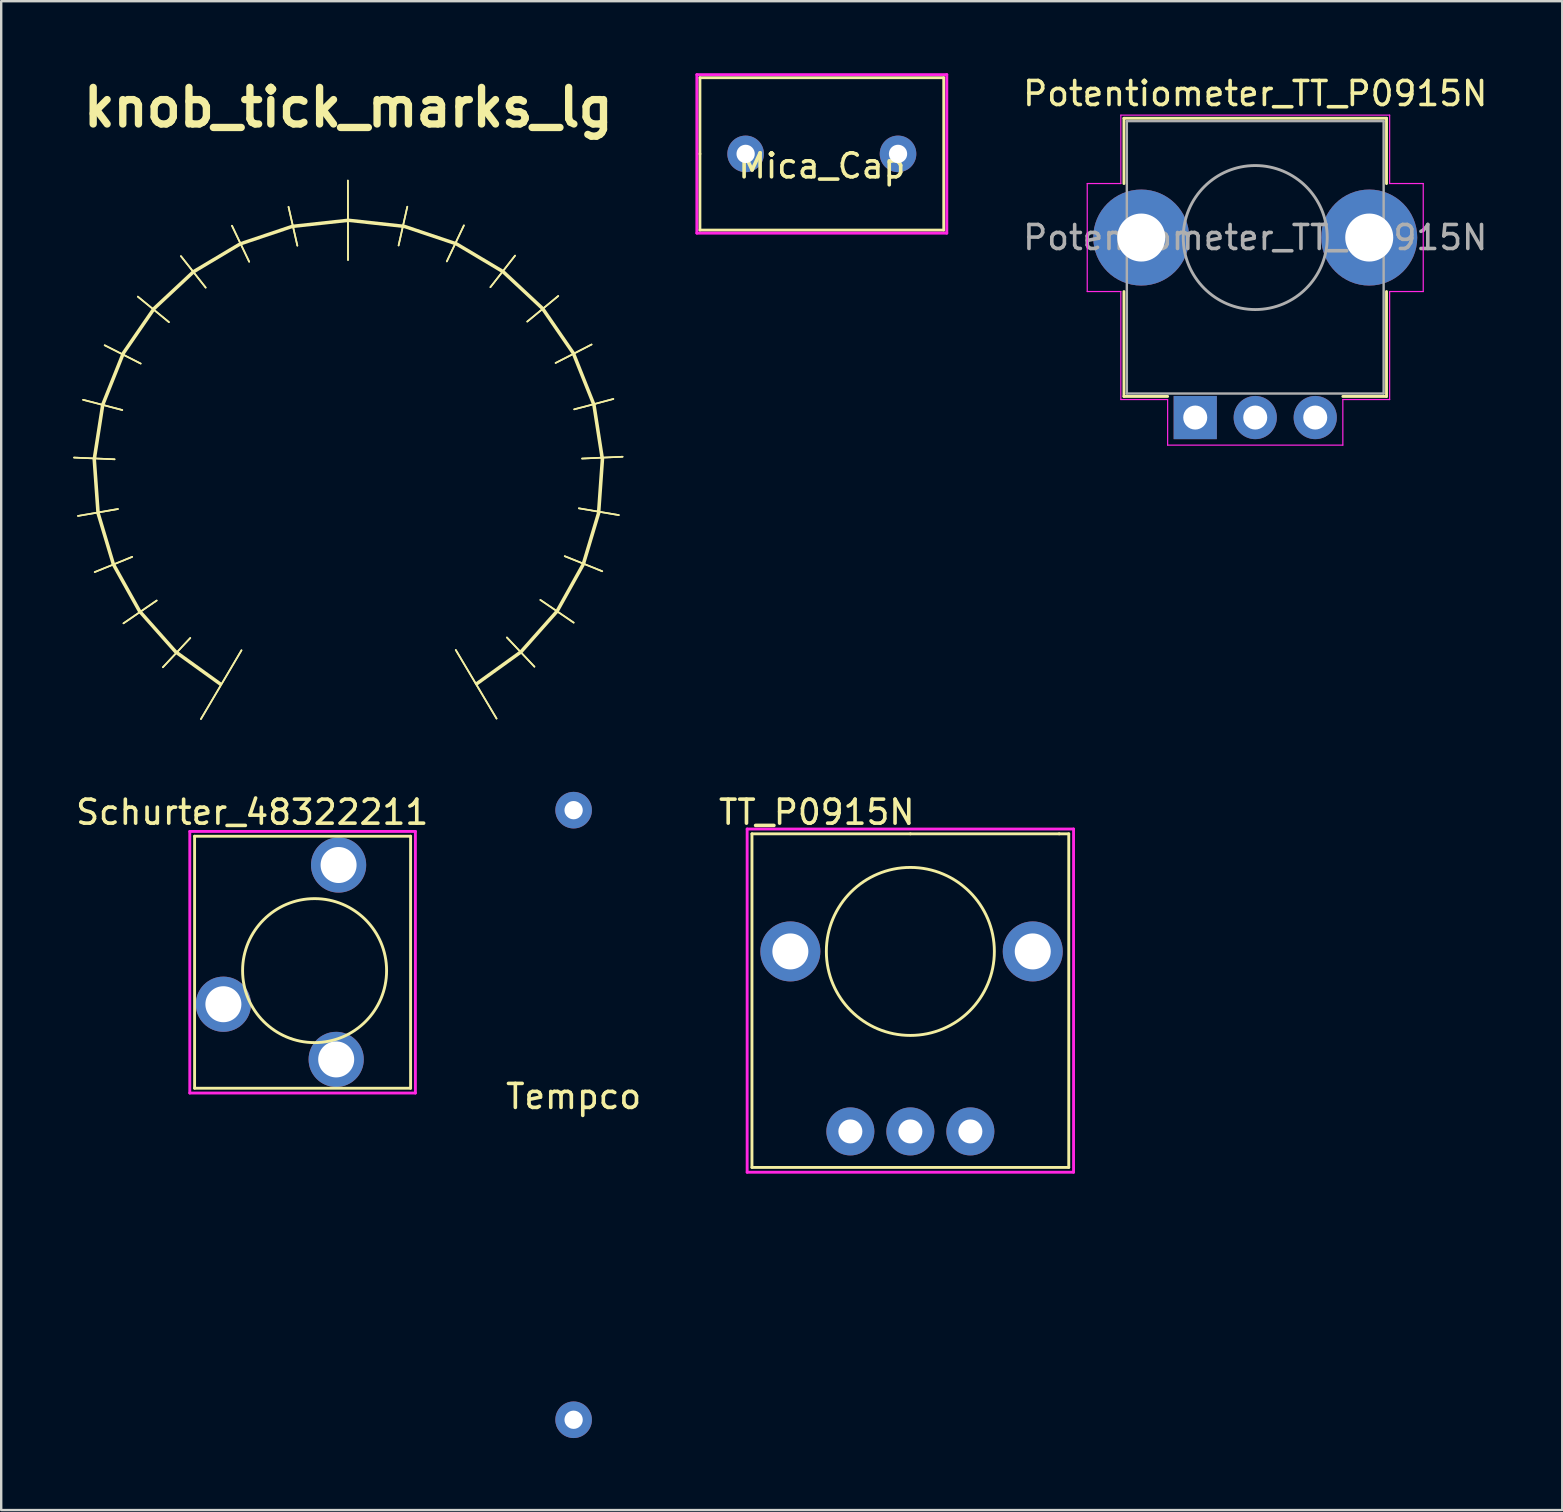
<source format=kicad_pcb>
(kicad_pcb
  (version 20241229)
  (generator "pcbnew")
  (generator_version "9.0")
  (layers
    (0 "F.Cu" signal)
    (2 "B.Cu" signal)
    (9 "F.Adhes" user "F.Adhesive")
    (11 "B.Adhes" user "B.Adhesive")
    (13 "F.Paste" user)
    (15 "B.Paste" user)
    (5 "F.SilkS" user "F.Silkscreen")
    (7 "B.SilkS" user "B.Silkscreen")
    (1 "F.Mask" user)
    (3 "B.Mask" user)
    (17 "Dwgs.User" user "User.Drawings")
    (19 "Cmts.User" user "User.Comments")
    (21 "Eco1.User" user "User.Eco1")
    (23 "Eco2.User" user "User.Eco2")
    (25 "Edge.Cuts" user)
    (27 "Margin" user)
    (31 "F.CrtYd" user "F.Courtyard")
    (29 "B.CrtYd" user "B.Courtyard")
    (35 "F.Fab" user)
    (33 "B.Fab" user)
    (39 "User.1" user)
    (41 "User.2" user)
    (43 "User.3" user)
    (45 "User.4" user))
  (footprint "Potentiometer_TT_P0915N"
    (layer "F.Cu")
    (at 49.292 6.828)
    (property "Reference" "Potentiometer_TT_P0915N" (at -0.04 -5.98 0) (layer "F.SilkS") (effects (font (size 1 1) (thickness 0.15))))
    (attr through_hole)
    (fp_line (start -5.51 -4.95) (end -5.51 -2.23) (stroke (width 0.12) (type solid)) (layer "F.SilkS"))
    (fp_line (start -5.51 2.27) (end -5.51 6.64) (stroke (width 0.12) (type solid)) (layer "F.SilkS"))
    (fp_line (start -3.69 6.64) (end -5.51 6.64) (stroke (width 0.12) (type solid)) (layer "F.SilkS"))
    (fp_line (start 5.43 -4.95) (end -5.51 -4.95) (stroke (width 0.12) (type solid)) (layer "F.SilkS"))
    (fp_line (start 5.43 -4.95) (end 5.43 -2.23) (stroke (width 0.12) (type solid)) (layer "F.SilkS"))
    (fp_line (start 5.43 2.27) (end 5.43 6.64) (stroke (width 0.12) (type solid)) (layer "F.SilkS"))
    (fp_line (start 5.43 6.64) (end 3.61 6.64) (stroke (width 0.12) (type solid)) (layer "F.SilkS"))
    (fp_line (start -7.04 2.27) (end -7.04 -2.23) (stroke (width 0.05) (type solid)) (layer "F.CrtYd"))
    (fp_line (start -5.64 -5.08) (end 5.56 -5.08) (stroke (width 0.05) (type solid)) (layer "F.CrtYd"))
    (fp_line (start -5.64 -2.23) (end -7.04 -2.23) (stroke (width 0.05) (type solid)) (layer "F.CrtYd"))
    (fp_line (start -5.64 -2.23) (end -5.64 -5.08) (stroke (width 0.05) (type solid)) (layer "F.CrtYd"))
    (fp_line (start -5.64 2.27) (end -7.04 2.27) (stroke (width 0.05) (type solid)) (layer "F.CrtYd"))
    (fp_line (start -5.64 6.77) (end -5.64 2.27) (stroke (width 0.05) (type solid)) (layer "F.CrtYd"))
    (fp_line (start -3.69 6.77) (end -5.64 6.77) (stroke (width 0.05) (type solid)) (layer "F.CrtYd"))
    (fp_line (start -3.69 8.67) (end -3.69 6.77) (stroke (width 0.05) (type solid)) (layer "F.CrtYd"))
    (fp_line (start 3.61 8.67) (end -3.69 8.67) (stroke (width 0.05) (type solid)) (layer "F.CrtYd"))
    (fp_line (start 3.61 8.67) (end 3.61 6.77) (stroke (width 0.05) (type solid)) (layer "F.CrtYd"))
    (fp_line (start 5.56 -2.23) (end 5.56 -5.08) (stroke (width 0.05) (type solid)) (layer "F.CrtYd"))
    (fp_line (start 5.56 6.77) (end 3.61 6.77) (stroke (width 0.05) (type solid)) (layer "F.CrtYd"))
    (fp_line (start 5.56 6.77) (end 5.56 2.27) (stroke (width 0.05) (type solid)) (layer "F.CrtYd"))
    (fp_line (start 6.96 -2.23) (end 5.56 -2.23) (stroke (width 0.05) (type solid)) (layer "F.CrtYd"))
    (fp_line (start 6.96 2.27) (end 5.56 2.27) (stroke (width 0.05) (type solid)) (layer "F.CrtYd"))
    (fp_line (start 6.96 2.27) (end 6.96 -2.23) (stroke (width 0.05) (type solid)) (layer "F.CrtYd"))
    (fp_line (start -5.39 -4.83) (end 5.31 -4.83) (stroke (width 0.1) (type solid)) (layer "F.Fab"))
    (fp_line (start -5.39 6.52) (end -5.39 -4.83) (stroke (width 0.1) (type solid)) (layer "F.Fab"))
    (fp_line (start 5.31 -4.83) (end 5.31 6.52) (stroke (width 0.1) (type solid)) (layer "F.Fab"))
    (fp_line (start 5.31 6.52) (end -5.39 6.52) (stroke (width 0.1) (type solid)) (layer "F.Fab"))
    (fp_circle (center -0.04 0.02) (end 2.96 0.02) (stroke (width 0.12) (type solid)) (fill no) (layer "F.Fab"))
    (fp_text user "${REFERENCE}" (at -0.04 0.02 0) (layer "F.Fab") (effects (font (size 1 1) (thickness 0.15))))
    (pad "" thru_hole oval (at -4.79 0.02) (size 4 4) (drill 2) (layers "*.Cu" "*.Mask"))
    (pad "" thru_hole oval (at 4.71 0.02) (size 4 4) (drill 2) (layers "*.Cu" "*.Mask"))
    (pad "1" thru_hole rect (at -2.54 7.52) (size 1.8 1.8) (drill 1) (layers "*.Cu" "*.Mask"))
    (pad "2" thru_hole circle (at -0.04 7.52) (size 1.8 1.8) (drill 1) (layers "*.Cu" "*.Mask"))
    (pad "3" thru_hole circle (at 2.46 7.52) (size 1.8 1.8) (drill 1) (layers "*.Cu" "*.Mask")))
  (footprint "Tempco"
    (layer "F.Cu")
    (at 20.851 42.137)
    (property "Reference" "Tempco" (at 0 0.5 0) (layer "F.SilkS") (effects (font (size 1 1) (thickness 0.15))))
    (attr through_hole)
    (pad "1" thru_hole circle (at 0 -11.43) (size 1.524 1.524) (drill 0.762) (layers "*.Cu" "*.Mask"))
    (pad "2" thru_hole circle (at 0 13.97) (size 1.524 1.524) (drill 0.762) (layers "*.Cu" "*.Mask")))
  (footprint "Mica_Cap"
    (layer "F.Cu")
    (at 31.193 3.362)
    (property "Reference" "Mica_Cap" (at 0 0.5 0) (layer "F.SilkS") (effects (font (size 1 1) (thickness 0.15))))
    (attr through_hole)
    (fp_line (start -5.08 -3.175) (end 5.08 -3.175) (stroke (width 0.12) (type solid)) (layer "F.SilkS"))
    (fp_line (start -5.08 0) (end -5.08 -3.175) (stroke (width 0.12) (type solid)) (layer "F.SilkS"))
    (fp_line (start -5.08 3.175) (end -5.08 0) (stroke (width 0.12) (type solid)) (layer "F.SilkS"))
    (fp_line (start 5.08 -3.175) (end 5.08 3.175) (stroke (width 0.12) (type solid)) (layer "F.SilkS"))
    (fp_line (start 5.08 3.175) (end -5.08 3.175) (stroke (width 0.12) (type solid)) (layer "F.SilkS"))
    (fp_line (start -5.207 -3.302) (end 5.207 -3.302) (stroke (width 0.12) (type solid)) (layer "F.CrtYd"))
    (fp_line (start -5.207 3.302) (end -5.207 -3.302) (stroke (width 0.12) (type solid)) (layer "F.CrtYd"))
    (fp_line (start 5.207 -3.302) (end 5.207 3.302) (stroke (width 0.12) (type solid)) (layer "F.CrtYd"))
    (fp_line (start 5.207 3.302) (end -5.207 3.302) (stroke (width 0.12) (type solid)) (layer "F.CrtYd"))
    (pad "1" thru_hole circle (at -3.175 0) (size 1.524 1.524) (drill 0.762) (layers "*.Cu" "*.Mask"))
    (pad "2" thru_hole circle (at 3.175 0) (size 1.524 1.524) (drill 0.762) (layers "*.Cu" "*.Mask")))
  (footprint "Schurter_48322211"
    (layer "F.Cu")
    (at 10.058 37.393)
    (property "Reference" "Schurter_48322211" (at -2.6 -6.6 0) (layer "F.SilkS") (effects (font (size 1 1) (thickness 0.15))))
    (attr through_hole)
    (fp_line (start -5 -5.6) (end 4 -5.6) (stroke (width 0.12) (type solid)) (layer "F.SilkS"))
    (fp_line (start -5 4.9) (end -5 -5.6) (stroke (width 0.12) (type solid)) (layer "F.SilkS"))
    (fp_line (start 4 -5.6) (end 4 4.9) (stroke (width 0.12) (type solid)) (layer "F.SilkS"))
    (fp_line (start 4 4.9) (end -5 4.9) (stroke (width 0.12) (type solid)) (layer "F.SilkS"))
    (fp_circle (center 0 0) (end 3 0) (stroke (width 0.12) (type solid)) (fill no) (layer "F.SilkS"))
    (fp_line (start -5.2 -5.8) (end 4.2 -5.8) (stroke (width 0.12) (type solid)) (layer "F.CrtYd"))
    (fp_line (start -5.2 5.1) (end -5.2 -5.8) (stroke (width 0.12) (type solid)) (layer "F.CrtYd"))
    (fp_line (start 4.2 -5.8) (end 4.2 5.1) (stroke (width 0.12) (type solid)) (layer "F.CrtYd"))
    (fp_line (start 4.2 5.1) (end -5.2 5.1) (stroke (width 0.12) (type solid)) (layer "F.CrtYd"))
    (pad "S" thru_hole circle (at 0.9 3.7) (size 2.3 2.3) (drill 1.5) (layers "*.Cu" "*.Mask"))
    (pad "T" thru_hole circle (at 1 -4.4) (size 2.3 2.3) (drill 1.5) (layers "*.Cu" "*.Mask"))
    (pad "TN" thru_hole circle (at -3.8 1.4) (size 2.3 2.3) (drill 1.5) (layers "*.Cu" "*.Mask")))
  (footprint "TT_P0915N"
    (layer "F.Cu")
    (at 34.882 36.593)
    (property "Reference" "TT_P0915N" (at -3.9 -5.8 0) (layer "F.SilkS") (effects (font (size 1 1) (thickness 0.15))))
    (attr through_hole)
    (fp_line (start -6.6 -4.9) (end 0 -4.9) (stroke (width 0.12) (type solid)) (layer "F.SilkS"))
    (fp_line (start -6.6 9) (end -6.6 -4.9) (stroke (width 0.12) (type solid)) (layer "F.SilkS"))
    (fp_line (start 0 -4.9) (end 6.2 -4.9) (stroke (width 0.12) (type solid)) (layer "F.SilkS"))
    (fp_line (start 6.2 -4.9) (end 6.6 -4.9) (stroke (width 0.12) (type solid)) (layer "F.SilkS"))
    (fp_line (start 6.6 -4.9) (end 6.6 9) (stroke (width 0.12) (type solid)) (layer "F.SilkS"))
    (fp_line (start 6.6 9) (end -6.6 9) (stroke (width 0.12) (type solid)) (layer "F.SilkS"))
    (fp_circle (center 0 0) (end 3.5 0) (stroke (width 0.12) (type solid)) (fill no) (layer "F.SilkS"))
    (fp_line (start -6.8 -5.1) (end 6.8 -5.1) (stroke (width 0.12) (type solid)) (layer "F.CrtYd"))
    (fp_line (start -6.8 9.2) (end -6.8 -5.1) (stroke (width 0.12) (type solid)) (layer "F.CrtYd"))
    (fp_line (start 6.8 -5.1) (end 6.8 9.2) (stroke (width 0.12) (type solid)) (layer "F.CrtYd"))
    (fp_line (start 6.8 9.2) (end -6.8 9.2) (stroke (width 0.12) (type solid)) (layer "F.CrtYd"))
    (pad "" thru_hole circle (at -5 0) (size 2.5 2.5) (drill 1.5) (layers "*.Cu" "*.Mask"))
    (pad "" thru_hole circle (at 5.1 0) (size 2.5 2.5) (drill 1.5) (layers "*.Cu" "*.Mask"))
    (pad "1" thru_hole circle (at -2.5 7.5) (size 2 2) (drill 1) (layers "*.Cu" "*.Mask"))
    (pad "2" thru_hole circle (at 0 7.5) (size 2 2) (drill 1) (layers "*.Cu" "*.Mask"))
    (pad "3" thru_hole circle (at 2.5 7.5) (size 2 2) (drill 1) (layers "*.Cu" "*.Mask")))
  (footprint "knob_tick_marks_lg"
    (layer "F.Cu")
    (at 11.464 15.692)
    (property "Reference" "knob_tick_marks_lg" (at 0 -14.266 0) (layer "F.SilkS") (effects (font (size 1.524 1.524) (thickness 0.305))))
    (attr smd)
    (fp_line (start -11.429 0.324) (end -9.74 0.395) (stroke (width 0.07) (type solid)) (layer "F.SilkS"))
    (fp_line (start -11.265 2.755) (end -9.6 2.467) (stroke (width 0.07) (type solid)) (layer "F.SilkS"))
    (fp_line (start -11.052 -2.084) (end -9.419 -1.657) (stroke (width 0.07) (type solid)) (layer "F.SilkS"))
    (fp_line (start -10.567 5.094) (end -9.006 4.46) (stroke (width 0.07) (type solid)) (layer "F.SilkS"))
    (fp_line (start -10.152 -4.355) (end -8.652 -3.593) (stroke (width 0.07) (type solid)) (layer "F.SilkS"))
    (fp_line (start -9.74 0.395) (end -11.429 0.324) (stroke (width 0.07) (type solid)) (layer "F.SilkS"))
    (fp_line (start -9.6 2.467) (end -11.265 2.755) (stroke (width 0.07) (type solid)) (layer "F.SilkS"))
    (fp_line (start -9.419 -1.657) (end -11.052 -2.084) (stroke (width 0.07) (type solid)) (layer "F.SilkS"))
    (fp_line (start -9.369 7.23) (end -7.985 6.28) (stroke (width 0.07) (type solid)) (layer "F.SilkS"))
    (fp_line (start -9.006 4.46) (end -10.567 5.094) (stroke (width 0.07) (type solid)) (layer "F.SilkS"))
    (fp_line (start -8.771 -6.382) (end -7.475 -5.32) (stroke (width 0.07) (type solid)) (layer "F.SilkS"))
    (fp_line (start -8.652 -3.593) (end -10.152 -4.355) (stroke (width 0.07) (type solid)) (layer "F.SilkS"))
    (fp_line (start -7.985 6.28) (end -9.369 7.23) (stroke (width 0.07) (type solid)) (layer "F.SilkS"))
    (fp_line (start -7.727 9.061) (end -6.586 7.841) (stroke (width 0.07) (type solid)) (layer "F.SilkS"))
    (fp_line (start -7.475 -5.32) (end -8.771 -6.382) (stroke (width 0.07) (type solid)) (layer "F.SilkS"))
    (fp_line (start -6.975 -8.069) (end -5.944 -6.758) (stroke (width 0.07) (type solid)) (layer "F.SilkS"))
    (fp_line (start -6.586 7.841) (end -7.727 9.061) (stroke (width 0.07) (type solid)) (layer "F.SilkS"))
    (fp_line (start -6.142 11.218) (end -4.452 8.353) (stroke (width 0.07) (type solid)) (layer "F.SilkS"))
    (fp_line (start -5.944 -6.758) (end -6.975 -8.069) (stroke (width 0.07) (type solid)) (layer "F.SilkS"))
    (fp_line (start -4.848 -9.336) (end -4.132 -7.837) (stroke (width 0.07) (type solid)) (layer "F.SilkS"))
    (fp_line (start -4.452 8.353) (end -6.142 11.218) (stroke (width 0.07) (type solid)) (layer "F.SilkS"))
    (fp_line (start -4.132 -7.837) (end -4.848 -9.336) (stroke (width 0.07) (type solid)) (layer "F.SilkS"))
    (fp_line (start -2.492 -10.122) (end -2.124 -8.507) (stroke (width 0.07) (type solid)) (layer "F.SilkS"))
    (fp_line (start -2.124 -8.507) (end -2.492 -10.122) (stroke (width 0.07) (type solid)) (layer "F.SilkS"))
    (fp_line (start -0.019 -11.218) (end -0.014 -7.909) (stroke (width 0.07) (type solid)) (layer "F.SilkS"))
    (fp_line (start -0.014 -7.909) (end -0.019 -11.218) (stroke (width 0.07) (type solid)) (layer "F.SilkS"))
    (fp_line (start 2.094 -8.514) (end 2.457 -10.129) (stroke (width 0.07) (type solid)) (layer "F.SilkS"))
    (fp_line (start 2.457 -10.129) (end 2.094 -8.514) (stroke (width 0.07) (type solid)) (layer "F.SilkS"))
    (fp_line (start 4.104 -7.85) (end 4.815 -9.35) (stroke (width 0.07) (type solid)) (layer "F.SilkS"))
    (fp_line (start 4.476 8.339) (end 6.176 11.199) (stroke (width 0.07) (type solid)) (layer "F.SilkS"))
    (fp_line (start 4.815 -9.35) (end 4.104 -7.85) (stroke (width 0.07) (type solid)) (layer "F.SilkS"))
    (fp_line (start 5.92 -6.776) (end 6.946 -8.09) (stroke (width 0.07) (type solid)) (layer "F.SilkS"))
    (fp_line (start 6.176 11.199) (end 4.476 8.339) (stroke (width 0.07) (type solid)) (layer "F.SilkS"))
    (fp_line (start 6.608 7.821) (end 7.754 9.037) (stroke (width 0.07) (type solid)) (layer "F.SilkS"))
    (fp_line (start 6.946 -8.09) (end 5.92 -6.776) (stroke (width 0.07) (type solid)) (layer "F.SilkS"))
    (fp_line (start 7.455 -5.343) (end 8.747 -6.409) (stroke (width 0.07) (type solid)) (layer "F.SilkS"))
    (fp_line (start 7.754 9.037) (end 6.608 7.821) (stroke (width 0.07) (type solid)) (layer "F.SilkS"))
    (fp_line (start 8.002 6.256) (end 9.389 7.201) (stroke (width 0.07) (type solid)) (layer "F.SilkS"))
    (fp_line (start 8.637 -3.619) (end 10.135 -4.387) (stroke (width 0.07) (type solid)) (layer "F.SilkS"))
    (fp_line (start 8.747 -6.409) (end 7.455 -5.343) (stroke (width 0.07) (type solid)) (layer "F.SilkS"))
    (fp_line (start 9.017 4.433) (end 10.58 5.061) (stroke (width 0.07) (type solid)) (layer "F.SilkS"))
    (fp_line (start 9.389 7.201) (end 8.002 6.256) (stroke (width 0.07) (type solid)) (layer "F.SilkS"))
    (fp_line (start 9.411 -1.686) (end 11.042 -2.118) (stroke (width 0.07) (type solid)) (layer "F.SilkS"))
    (fp_line (start 9.605 2.438) (end 11.271 2.721) (stroke (width 0.07) (type solid)) (layer "F.SilkS"))
    (fp_line (start 9.739 0.365) (end 11.427 0.289) (stroke (width 0.07) (type solid)) (layer "F.SilkS"))
    (fp_line (start 10.135 -4.387) (end 8.637 -3.619) (stroke (width 0.07) (type solid)) (layer "F.SilkS"))
    (fp_line (start 10.58 5.061) (end 9.017 4.433) (stroke (width 0.07) (type solid)) (layer "F.SilkS"))
    (fp_line (start 11.042 -2.118) (end 9.411 -1.686) (stroke (width 0.07) (type solid)) (layer "F.SilkS"))
    (fp_line (start 11.271 2.721) (end 9.605 2.438) (stroke (width 0.07) (type solid)) (layer "F.SilkS"))
    (fp_line (start 11.427 0.289) (end 9.739 0.365) (stroke (width 0.07) (type solid)) (layer "F.SilkS"))
    (fp_poly (pts (xy -0.000004 -9.637) (xy -2.353 -9.38) (xy -4.54 -8.644) (xy -6.495 -7.479) (xy -8.151 -5.933) (xy -9.443 -4.056) (xy -10.305 -1.897) (xy -10.661 0.394) (xy -10.501 2.652) (xy -9.857 4.801) (xy -8.759 6.767) (xy -7.242 8.475) (xy -5.335 9.848) (xy -5.26 9.722) (xy -7.14 8.368) (xy -8.637 6.684) (xy -9.719 4.746) (xy -10.354 2.626) (xy -10.512 0.4) (xy -10.161 -1.86) (xy -9.311 -3.988) (xy -8.037 -5.839) (xy -6.404 -7.363) (xy -4.477 -8.513) (xy -2.32 -9.238) (xy 0.000001 -9.491) (xy 2.32 -9.238) (xy 4.477 -8.513) (xy 6.404 -7.363) (xy 8.037 -5.839) (xy 9.311 -3.988) (xy 10.161 -1.86) (xy 10.512 0.4) (xy 10.354 2.626) (xy 9.719 4.746) (xy 8.637 6.684) (xy 7.14 8.368) (xy 5.26 9.722) (xy 5.335 9.848) (xy 7.242 8.475) (xy 8.759 6.767) (xy 9.857 4.801) (xy 10.501 2.652) (xy 10.661 0.394) (xy 10.305 -1.897) (xy 9.443 -4.056) (xy 8.151 -5.933) (xy 6.495 -7.479) (xy 4.54 -8.644) (xy 2.353 -9.38) (xy 0.000005 -9.637) (xy -0.000004 -9.637)) (stroke (width 0) (type solid)) (fill yes) (layer "F.SilkS")))
  (gr_rect
    (start -3 -3)
    (end 62.043 59.869)
    (stroke (width 0.1) (type default))
    (fill no)
    (layer "Edge.Cuts")))
</source>
